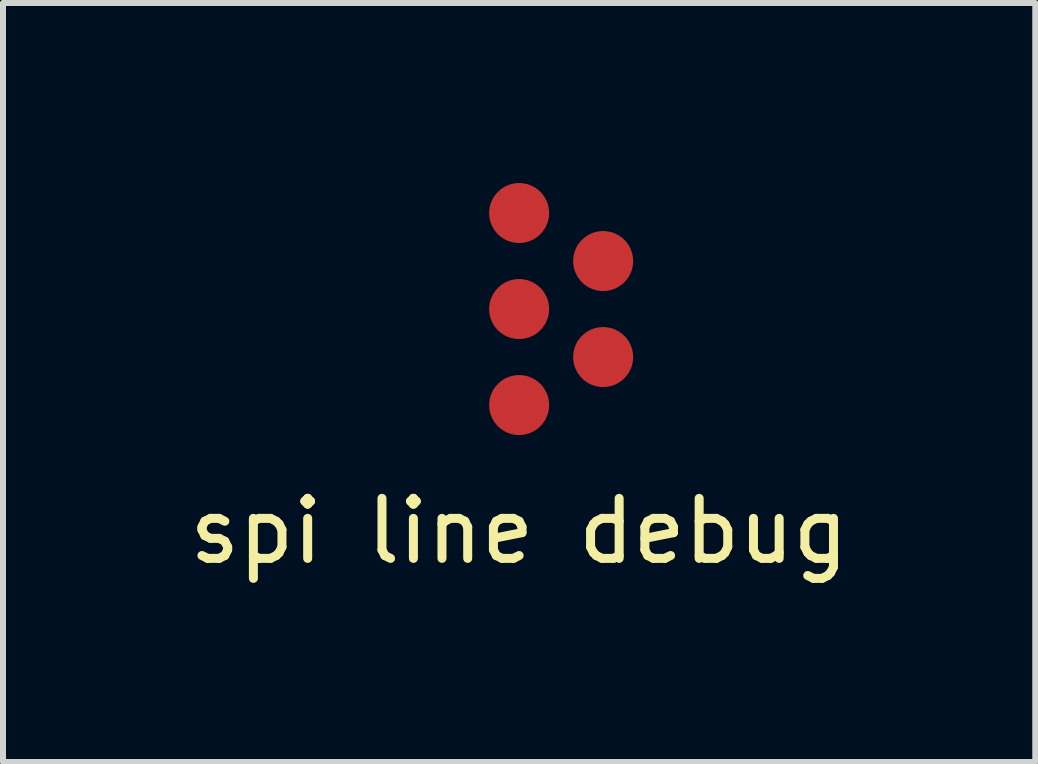
<source format=kicad_pcb>
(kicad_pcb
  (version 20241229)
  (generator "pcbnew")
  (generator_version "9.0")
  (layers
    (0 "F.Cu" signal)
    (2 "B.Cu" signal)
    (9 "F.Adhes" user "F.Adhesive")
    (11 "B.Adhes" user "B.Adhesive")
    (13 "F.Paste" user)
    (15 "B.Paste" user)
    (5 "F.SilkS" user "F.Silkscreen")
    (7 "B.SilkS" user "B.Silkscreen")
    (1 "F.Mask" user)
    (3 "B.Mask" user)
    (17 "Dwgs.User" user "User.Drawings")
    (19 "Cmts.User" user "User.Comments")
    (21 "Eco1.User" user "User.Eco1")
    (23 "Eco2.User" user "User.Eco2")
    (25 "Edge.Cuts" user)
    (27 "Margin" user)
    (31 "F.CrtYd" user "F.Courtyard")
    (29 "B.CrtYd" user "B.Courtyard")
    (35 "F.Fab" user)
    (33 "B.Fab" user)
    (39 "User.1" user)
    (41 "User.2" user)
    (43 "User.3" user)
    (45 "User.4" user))
  (footprint "spi line debug"
    (layer "F.Cu")
    (at 5.601 5.3)
    (property "Reference" "spi line debug" (at 0 0.5 0) (layer "F.SilkS") (effects (font (size 1 1) (thickness 0.15))))
    (attr through_hole)
    (pad "1" smd circle (at 0 -1.6) (size 1 1) (layers "F.Cu" "F.Mask" "F.Paste"))
    (pad "2" smd circle (at 1.4 -2.4) (size 1 1) (layers "F.Cu" "F.Mask" "F.Paste"))
    (pad "3" smd circle (at 0 -3.2) (size 1 1) (layers "F.Cu" "F.Mask" "F.Paste"))
    (pad "4" smd circle (at 1.4 -4) (size 1 1) (layers "F.Cu" "F.Mask" "F.Paste"))
    (pad "5" smd circle (at 0 -4.8) (size 1 1) (layers "F.Cu" "F.Mask" "F.Paste")))
  (gr_rect
    (start -3 -3)
    (end 14.202 9.648)
    (stroke (width 0.1) (type default))
    (fill no)
    (layer "Edge.Cuts")))
</source>
